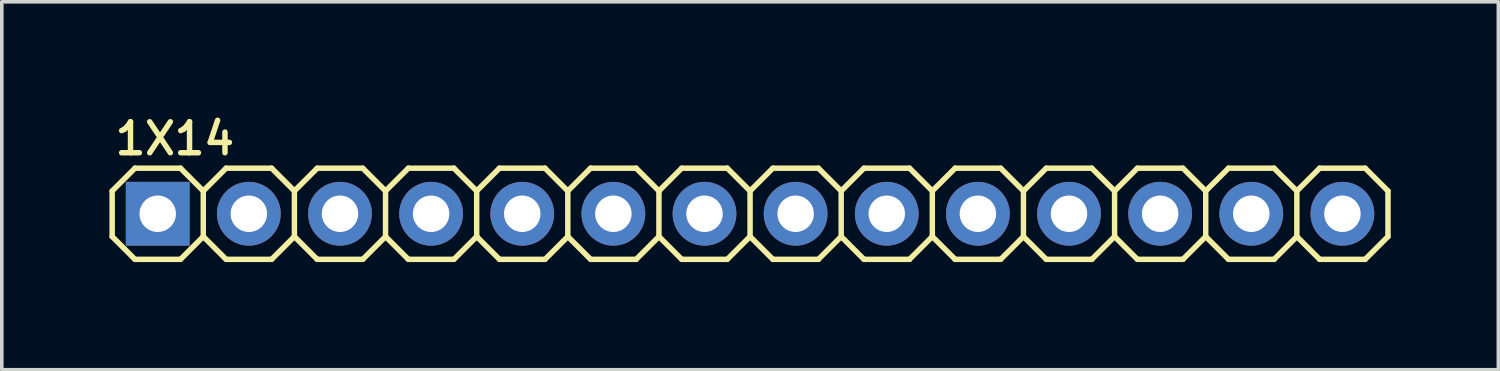
<source format=kicad_pcb>
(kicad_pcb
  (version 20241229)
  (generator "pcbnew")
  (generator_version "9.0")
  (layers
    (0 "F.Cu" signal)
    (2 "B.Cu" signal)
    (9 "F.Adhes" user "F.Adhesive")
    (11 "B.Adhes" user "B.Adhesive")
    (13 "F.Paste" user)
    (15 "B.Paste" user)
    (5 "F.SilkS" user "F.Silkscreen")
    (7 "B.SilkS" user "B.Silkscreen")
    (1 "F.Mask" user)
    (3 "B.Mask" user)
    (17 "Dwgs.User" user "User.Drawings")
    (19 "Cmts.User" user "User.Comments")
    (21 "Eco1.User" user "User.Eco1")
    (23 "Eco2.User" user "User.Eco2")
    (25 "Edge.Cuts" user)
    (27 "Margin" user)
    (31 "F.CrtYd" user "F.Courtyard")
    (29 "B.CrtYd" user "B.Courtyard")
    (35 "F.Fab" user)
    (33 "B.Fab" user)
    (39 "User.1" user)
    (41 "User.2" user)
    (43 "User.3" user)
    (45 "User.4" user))
  (footprint "1X14"
    (layer "F.Cu")
    (at 10.236 2.908)
    (property "Reference" "1X14" (at -10.16 -1.587 0) (unlocked yes) (layer "F.SilkS") (effects (font (size 0.864 0.864) (thickness 0.152)) (justify left bottom)))
    (fp_line (start -10.16 -0.635) (end -10.16 0.635) (stroke (width 0.152) (type solid)) (layer "F.SilkS"))
    (fp_line (start -10.16 0.635) (end -9.525 1.27) (stroke (width 0.152) (type solid)) (layer "F.SilkS"))
    (fp_line (start -9.525 -1.27) (end -10.16 -0.635) (stroke (width 0.152) (type solid)) (layer "F.SilkS"))
    (fp_line (start -9.525 -1.27) (end -8.255 -1.27) (stroke (width 0.152) (type solid)) (layer "F.SilkS"))
    (fp_line (start -8.255 -1.27) (end -7.62 -0.635) (stroke (width 0.152) (type solid)) (layer "F.SilkS"))
    (fp_line (start -8.255 1.27) (end -9.525 1.27) (stroke (width 0.152) (type solid)) (layer "F.SilkS"))
    (fp_line (start -7.62 -0.635) (end -7.62 0.635) (stroke (width 0.152) (type solid)) (layer "F.SilkS"))
    (fp_line (start -7.62 -0.635) (end -6.985 -1.27) (stroke (width 0.152) (type solid)) (layer "F.SilkS"))
    (fp_line (start -7.62 0.635) (end -8.255 1.27) (stroke (width 0.152) (type solid)) (layer "F.SilkS"))
    (fp_line (start -6.985 -1.27) (end -5.715 -1.27) (stroke (width 0.152) (type solid)) (layer "F.SilkS"))
    (fp_line (start -6.985 1.27) (end -7.62 0.635) (stroke (width 0.152) (type solid)) (layer "F.SilkS"))
    (fp_line (start -5.715 -1.27) (end -5.08 -0.635) (stroke (width 0.152) (type solid)) (layer "F.SilkS"))
    (fp_line (start -5.715 1.27) (end -6.985 1.27) (stroke (width 0.152) (type solid)) (layer "F.SilkS"))
    (fp_line (start -5.08 -0.635) (end -5.08 0.635) (stroke (width 0.152) (type solid)) (layer "F.SilkS"))
    (fp_line (start -5.08 -0.635) (end -4.445 -1.27) (stroke (width 0.152) (type solid)) (layer "F.SilkS"))
    (fp_line (start -5.08 0.635) (end -5.715 1.27) (stroke (width 0.152) (type solid)) (layer "F.SilkS"))
    (fp_line (start -4.445 -1.27) (end -3.175 -1.27) (stroke (width 0.152) (type solid)) (layer "F.SilkS"))
    (fp_line (start -4.445 1.27) (end -5.08 0.635) (stroke (width 0.152) (type solid)) (layer "F.SilkS"))
    (fp_line (start -3.175 -1.27) (end -2.54 -0.635) (stroke (width 0.152) (type solid)) (layer "F.SilkS"))
    (fp_line (start -3.175 1.27) (end -4.445 1.27) (stroke (width 0.152) (type solid)) (layer "F.SilkS"))
    (fp_line (start -2.54 -0.635) (end -2.54 0.635) (stroke (width 0.152) (type solid)) (layer "F.SilkS"))
    (fp_line (start -2.54 0.635) (end -3.175 1.27) (stroke (width 0.152) (type solid)) (layer "F.SilkS"))
    (fp_line (start -2.54 0.635) (end -1.905 1.27) (stroke (width 0.152) (type solid)) (layer "F.SilkS"))
    (fp_line (start -1.905 -1.27) (end -2.54 -0.635) (stroke (width 0.152) (type solid)) (layer "F.SilkS"))
    (fp_line (start -1.905 -1.27) (end -0.635 -1.27) (stroke (width 0.152) (type solid)) (layer "F.SilkS"))
    (fp_line (start -0.635 -1.27) (end 0 -0.635) (stroke (width 0.152) (type solid)) (layer "F.SilkS"))
    (fp_line (start -0.635 1.27) (end -1.905 1.27) (stroke (width 0.152) (type solid)) (layer "F.SilkS"))
    (fp_line (start 0 -0.635) (end 0 0.635) (stroke (width 0.152) (type solid)) (layer "F.SilkS"))
    (fp_line (start 0 -0.635) (end 0.635 -1.27) (stroke (width 0.152) (type solid)) (layer "F.SilkS"))
    (fp_line (start 0 0.635) (end -0.635 1.27) (stroke (width 0.152) (type solid)) (layer "F.SilkS"))
    (fp_line (start 0.635 -1.27) (end 1.905 -1.27) (stroke (width 0.152) (type solid)) (layer "F.SilkS"))
    (fp_line (start 0.635 1.27) (end 0 0.635) (stroke (width 0.152) (type solid)) (layer "F.SilkS"))
    (fp_line (start 1.905 -1.27) (end 2.54 -0.635) (stroke (width 0.152) (type solid)) (layer "F.SilkS"))
    (fp_line (start 1.905 1.27) (end 0.635 1.27) (stroke (width 0.152) (type solid)) (layer "F.SilkS"))
    (fp_line (start 2.54 -0.635) (end 2.54 0.635) (stroke (width 0.152) (type solid)) (layer "F.SilkS"))
    (fp_line (start 2.54 -0.635) (end 3.175 -1.27) (stroke (width 0.152) (type solid)) (layer "F.SilkS"))
    (fp_line (start 2.54 0.635) (end 1.905 1.27) (stroke (width 0.152) (type solid)) (layer "F.SilkS"))
    (fp_line (start 3.175 -1.27) (end 4.445 -1.27) (stroke (width 0.152) (type solid)) (layer "F.SilkS"))
    (fp_line (start 3.175 1.27) (end 2.54 0.635) (stroke (width 0.152) (type solid)) (layer "F.SilkS"))
    (fp_line (start 4.445 -1.27) (end 5.08 -0.635) (stroke (width 0.152) (type solid)) (layer "F.SilkS"))
    (fp_line (start 4.445 1.27) (end 3.175 1.27) (stroke (width 0.152) (type solid)) (layer "F.SilkS"))
    (fp_line (start 5.08 -0.635) (end 5.08 0.635) (stroke (width 0.152) (type solid)) (layer "F.SilkS"))
    (fp_line (start 5.08 0.635) (end 4.445 1.27) (stroke (width 0.152) (type solid)) (layer "F.SilkS"))
    (fp_line (start 5.08 0.635) (end 5.715 1.27) (stroke (width 0.152) (type solid)) (layer "F.SilkS"))
    (fp_line (start 5.715 -1.27) (end 5.08 -0.635) (stroke (width 0.152) (type solid)) (layer "F.SilkS"))
    (fp_line (start 5.715 -1.27) (end 6.985 -1.27) (stroke (width 0.152) (type solid)) (layer "F.SilkS"))
    (fp_line (start 6.985 -1.27) (end 7.62 -0.635) (stroke (width 0.152) (type solid)) (layer "F.SilkS"))
    (fp_line (start 6.985 1.27) (end 5.715 1.27) (stroke (width 0.152) (type solid)) (layer "F.SilkS"))
    (fp_line (start 7.62 -0.635) (end 7.62 0.635) (stroke (width 0.152) (type solid)) (layer "F.SilkS"))
    (fp_line (start 7.62 0.635) (end 6.985 1.27) (stroke (width 0.152) (type solid)) (layer "F.SilkS"))
    (fp_line (start 7.62 0.635) (end 8.255 1.27) (stroke (width 0.152) (type solid)) (layer "F.SilkS"))
    (fp_line (start 8.255 -1.27) (end 7.62 -0.635) (stroke (width 0.152) (type solid)) (layer "F.SilkS"))
    (fp_line (start 8.255 -1.27) (end 9.525 -1.27) (stroke (width 0.152) (type solid)) (layer "F.SilkS"))
    (fp_line (start 9.525 -1.27) (end 10.16 -0.635) (stroke (width 0.152) (type solid)) (layer "F.SilkS"))
    (fp_line (start 9.525 1.27) (end 8.255 1.27) (stroke (width 0.152) (type solid)) (layer "F.SilkS"))
    (fp_line (start 10.16 -0.635) (end 10.16 0.635) (stroke (width 0.152) (type solid)) (layer "F.SilkS"))
    (fp_line (start 10.16 0.635) (end 9.525 1.27) (stroke (width 0.152) (type solid)) (layer "F.SilkS"))
    (fp_line (start 10.16 0.635) (end 10.795 1.27) (stroke (width 0.152) (type solid)) (layer "F.SilkS"))
    (fp_line (start 10.795 -1.27) (end 10.16 -0.635) (stroke (width 0.152) (type solid)) (layer "F.SilkS"))
    (fp_line (start 10.795 -1.27) (end 12.065 -1.27) (stroke (width 0.152) (type solid)) (layer "F.SilkS"))
    (fp_line (start 12.065 -1.27) (end 12.7 -0.635) (stroke (width 0.152) (type solid)) (layer "F.SilkS"))
    (fp_line (start 12.065 1.27) (end 10.795 1.27) (stroke (width 0.152) (type solid)) (layer "F.SilkS"))
    (fp_line (start 12.7 -0.635) (end 12.7 0.635) (stroke (width 0.152) (type solid)) (layer "F.SilkS"))
    (fp_line (start 12.7 0.635) (end 12.065 1.27) (stroke (width 0.152) (type solid)) (layer "F.SilkS"))
    (fp_line (start 12.7 0.635) (end 13.335 1.27) (stroke (width 0.152) (type solid)) (layer "F.SilkS"))
    (fp_line (start 13.335 -1.27) (end 12.7 -0.635) (stroke (width 0.152) (type solid)) (layer "F.SilkS"))
    (fp_line (start 13.335 -1.27) (end 14.605 -1.27) (stroke (width 0.152) (type solid)) (layer "F.SilkS"))
    (fp_line (start 14.605 -1.27) (end 15.24 -0.635) (stroke (width 0.152) (type solid)) (layer "F.SilkS"))
    (fp_line (start 14.605 1.27) (end 13.335 1.27) (stroke (width 0.152) (type solid)) (layer "F.SilkS"))
    (fp_line (start 15.24 -0.635) (end 15.24 0.635) (stroke (width 0.152) (type solid)) (layer "F.SilkS"))
    (fp_line (start 15.24 0.635) (end 14.605 1.27) (stroke (width 0.152) (type solid)) (layer "F.SilkS"))
    (fp_line (start 15.24 0.635) (end 15.875 1.27) (stroke (width 0.152) (type solid)) (layer "F.SilkS"))
    (fp_line (start 15.875 -1.27) (end 15.24 -0.635) (stroke (width 0.152) (type solid)) (layer "F.SilkS"))
    (fp_line (start 15.875 -1.27) (end 17.145 -1.27) (stroke (width 0.152) (type solid)) (layer "F.SilkS"))
    (fp_line (start 17.145 -1.27) (end 17.78 -0.635) (stroke (width 0.152) (type solid)) (layer "F.SilkS"))
    (fp_line (start 17.145 1.27) (end 15.875 1.27) (stroke (width 0.152) (type solid)) (layer "F.SilkS"))
    (fp_line (start 17.78 -0.635) (end 17.78 0.635) (stroke (width 0.152) (type solid)) (layer "F.SilkS"))
    (fp_line (start 17.78 0.635) (end 17.145 1.27) (stroke (width 0.152) (type solid)) (layer "F.SilkS"))
    (fp_line (start 17.78 0.635) (end 18.415 1.27) (stroke (width 0.152) (type solid)) (layer "F.SilkS"))
    (fp_line (start 18.415 -1.27) (end 17.78 -0.635) (stroke (width 0.152) (type solid)) (layer "F.SilkS"))
    (fp_line (start 18.415 -1.27) (end 19.685 -1.27) (stroke (width 0.152) (type solid)) (layer "F.SilkS"))
    (fp_line (start 19.685 -1.27) (end 20.32 -0.635) (stroke (width 0.152) (type solid)) (layer "F.SilkS"))
    (fp_line (start 19.685 1.27) (end 18.415 1.27) (stroke (width 0.152) (type solid)) (layer "F.SilkS"))
    (fp_line (start 20.32 -0.635) (end 20.32 0.635) (stroke (width 0.152) (type solid)) (layer "F.SilkS"))
    (fp_line (start 20.32 0.635) (end 19.685 1.27) (stroke (width 0.152) (type solid)) (layer "F.SilkS"))
    (fp_line (start 20.32 0.635) (end 20.955 1.27) (stroke (width 0.152) (type solid)) (layer "F.SilkS"))
    (fp_line (start 20.955 -1.27) (end 20.32 -0.635) (stroke (width 0.152) (type solid)) (layer "F.SilkS"))
    (fp_line (start 20.955 -1.27) (end 22.225 -1.27) (stroke (width 0.152) (type solid)) (layer "F.SilkS"))
    (fp_line (start 22.225 -1.27) (end 22.86 -0.635) (stroke (width 0.152) (type solid)) (layer "F.SilkS"))
    (fp_line (start 22.225 1.27) (end 20.955 1.27) (stroke (width 0.152) (type solid)) (layer "F.SilkS"))
    (fp_line (start 22.86 -0.635) (end 22.86 0.635) (stroke (width 0.152) (type solid)) (layer "F.SilkS"))
    (fp_line (start 22.86 0.635) (end 22.225 1.27) (stroke (width 0.152) (type solid)) (layer "F.SilkS"))
    (fp_line (start 22.86 0.635) (end 23.495 1.27) (stroke (width 0.152) (type solid)) (layer "F.SilkS"))
    (fp_line (start 23.495 -1.27) (end 22.86 -0.635) (stroke (width 0.152) (type solid)) (layer "F.SilkS"))
    (fp_line (start 23.495 -1.27) (end 24.765 -1.27) (stroke (width 0.152) (type solid)) (layer "F.SilkS"))
    (fp_line (start 24.765 -1.27) (end 25.4 -0.635) (stroke (width 0.152) (type solid)) (layer "F.SilkS"))
    (fp_line (start 24.765 1.27) (end 23.495 1.27) (stroke (width 0.152) (type solid)) (layer "F.SilkS"))
    (fp_line (start 25.4 -0.635) (end 25.4 0.635) (stroke (width 0.152) (type solid)) (layer "F.SilkS"))
    (fp_line (start 25.4 0.635) (end 24.765 1.27) (stroke (width 0.152) (type solid)) (layer "F.SilkS"))
    (fp_poly (pts (xy -9.144 0.254) (xy -8.636 0.254) (xy -8.636 -0.254) (xy -9.144 -0.254)) (stroke (width 0.1) (type default)) (fill no) (layer "F.Fab"))
    (fp_poly (pts (xy -6.604 0.254) (xy -6.096 0.254) (xy -6.096 -0.254) (xy -6.604 -0.254)) (stroke (width 0.1) (type default)) (fill no) (layer "F.Fab"))
    (fp_poly (pts (xy -4.064 0.254) (xy -3.556 0.254) (xy -3.556 -0.254) (xy -4.064 -0.254)) (stroke (width 0.1) (type default)) (fill no) (layer "F.Fab"))
    (fp_poly (pts (xy -1.524 0.254) (xy -1.016 0.254) (xy -1.016 -0.254) (xy -1.524 -0.254)) (stroke (width 0.1) (type default)) (fill no) (layer "F.Fab"))
    (fp_poly (pts (xy 1.016 0.254) (xy 1.524 0.254) (xy 1.524 -0.254) (xy 1.016 -0.254)) (stroke (width 0.1) (type default)) (fill no) (layer "F.Fab"))
    (fp_poly (pts (xy 3.556 0.254) (xy 4.064 0.254) (xy 4.064 -0.254) (xy 3.556 -0.254)) (stroke (width 0.1) (type default)) (fill no) (layer "F.Fab"))
    (fp_poly (pts (xy 6.096 0.254) (xy 6.604 0.254) (xy 6.604 -0.254) (xy 6.096 -0.254)) (stroke (width 0.1) (type default)) (fill no) (layer "F.Fab"))
    (fp_poly (pts (xy 8.636 0.254) (xy 9.144 0.254) (xy 9.144 -0.254) (xy 8.636 -0.254)) (stroke (width 0.1) (type default)) (fill no) (layer "F.Fab"))
    (fp_poly (pts (xy 11.176 0.254) (xy 11.684 0.254) (xy 11.684 -0.254) (xy 11.176 -0.254)) (stroke (width 0.1) (type default)) (fill no) (layer "F.Fab"))
    (fp_poly (pts (xy 13.716 0.254) (xy 14.224 0.254) (xy 14.224 -0.254) (xy 13.716 -0.254)) (stroke (width 0.1) (type default)) (fill no) (layer "F.Fab"))
    (fp_poly (pts (xy 16.256 0.254) (xy 16.764 0.254) (xy 16.764 -0.254) (xy 16.256 -0.254)) (stroke (width 0.1) (type default)) (fill no) (layer "F.Fab"))
    (fp_poly (pts (xy 18.796 0.254) (xy 19.304 0.254) (xy 19.304 -0.254) (xy 18.796 -0.254)) (stroke (width 0.1) (type default)) (fill no) (layer "F.Fab"))
    (fp_poly (pts (xy 21.336 0.254) (xy 21.844 0.254) (xy 21.844 -0.254) (xy 21.336 -0.254)) (stroke (width 0.1) (type default)) (fill no) (layer "F.Fab"))
    (fp_poly (pts (xy 23.876 0.254) (xy 24.384 0.254) (xy 24.384 -0.254) (xy 23.876 -0.254)) (stroke (width 0.1) (type default)) (fill no) (layer "F.Fab"))
    (pad "1" thru_hole rect (at -8.89 0) (size 1.778 1.778) (drill 1.016) (layers "*.Cu" "*.Mask"))
    (pad "2" thru_hole circle (at -6.35 0) (size 1.778 1.778) (drill 1.016) (layers "*.Cu" "*.Mask"))
    (pad "3" thru_hole circle (at -3.81 0) (size 1.778 1.778) (drill 1.016) (layers "*.Cu" "*.Mask"))
    (pad "4" thru_hole circle (at -1.27 0) (size 1.778 1.778) (drill 1.016) (layers "*.Cu" "*.Mask"))
    (pad "5" thru_hole circle (at 1.27 0) (size 1.778 1.778) (drill 1.016) (layers "*.Cu" "*.Mask"))
    (pad "6" thru_hole circle (at 3.81 0) (size 1.778 1.778) (drill 1.016) (layers "*.Cu" "*.Mask"))
    (pad "7" thru_hole circle (at 6.35 0) (size 1.778 1.778) (drill 1.016) (layers "*.Cu" "*.Mask"))
    (pad "8" thru_hole circle (at 8.89 0) (size 1.778 1.778) (drill 1.016) (layers "*.Cu" "*.Mask"))
    (pad "9" thru_hole circle (at 11.43 0) (size 1.778 1.778) (drill 1.016) (layers "*.Cu" "*.Mask"))
    (pad "10" thru_hole circle (at 13.97 0) (size 1.778 1.778) (drill 1.016) (layers "*.Cu" "*.Mask"))
    (pad "11" thru_hole circle (at 16.51 0) (size 1.778 1.778) (drill 1.016) (layers "*.Cu" "*.Mask"))
    (pad "12" thru_hole circle (at 19.05 0) (size 1.778 1.778) (drill 1.016) (layers "*.Cu" "*.Mask"))
    (pad "13" thru_hole circle (at 21.59 0) (size 1.778 1.778) (drill 1.016) (layers "*.Cu" "*.Mask"))
    (pad "14" thru_hole circle (at 24.13 0) (size 1.778 1.778) (drill 1.016) (layers "*.Cu" "*.Mask")))
  (gr_rect
    (start -3 -3)
    (end 38.712 7.255)
    (stroke (width 0.1) (type default))
    (fill no)
    (layer "Edge.Cuts")))
</source>
